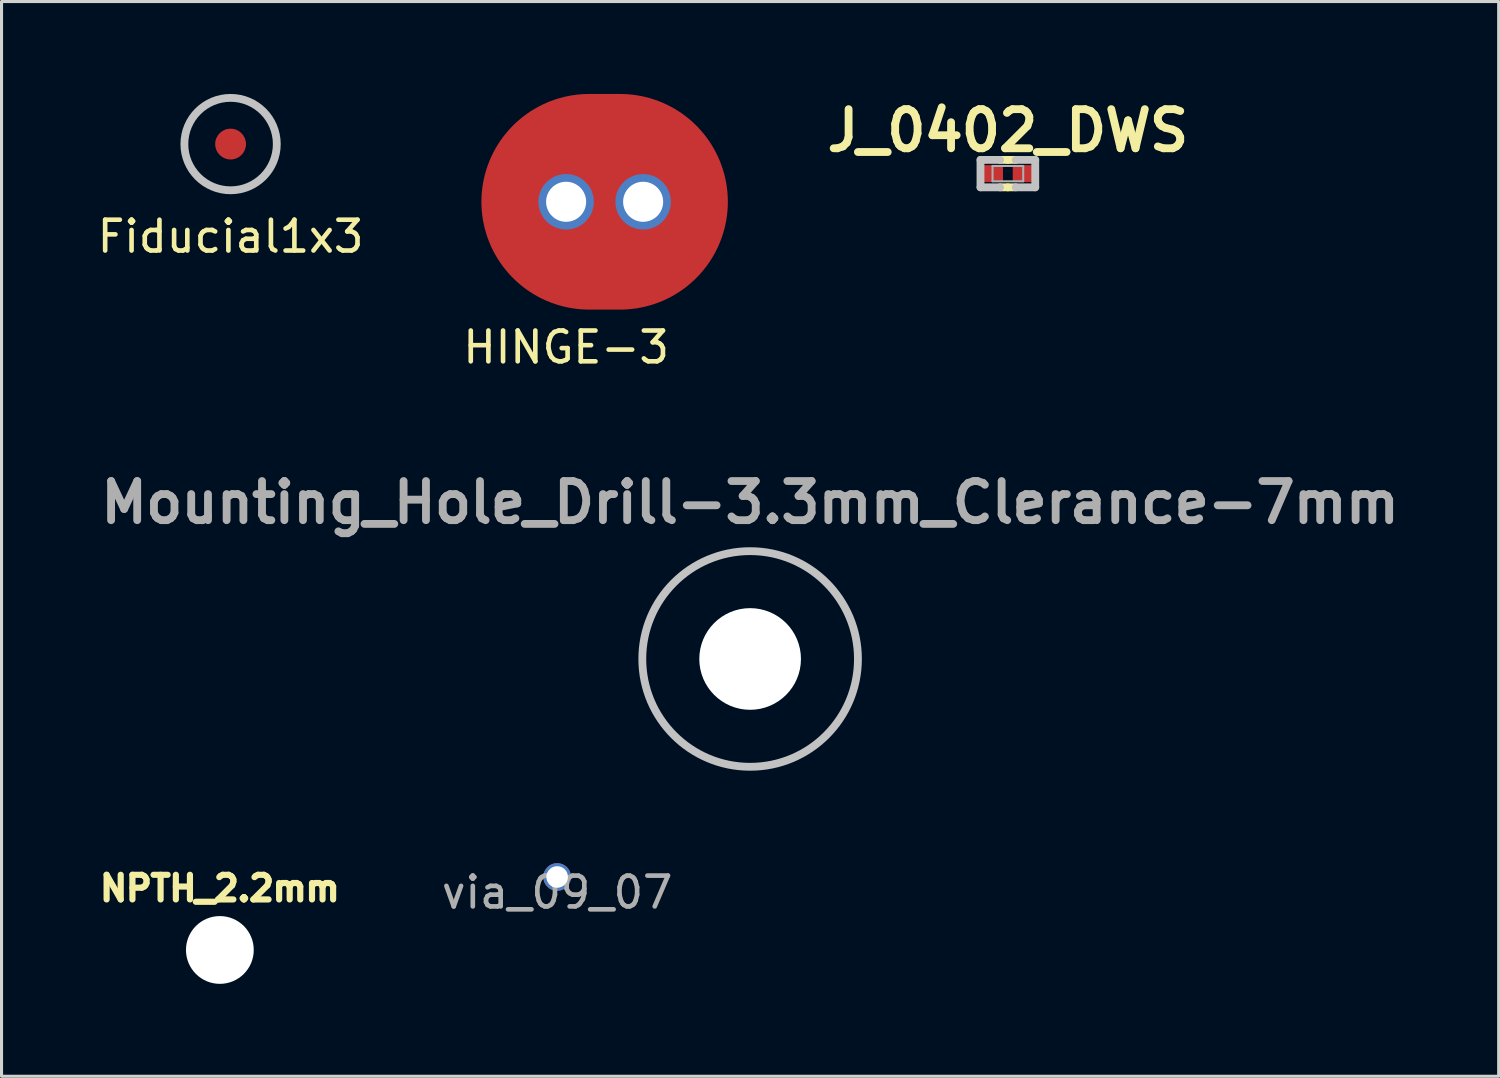
<source format=kicad_pcb>
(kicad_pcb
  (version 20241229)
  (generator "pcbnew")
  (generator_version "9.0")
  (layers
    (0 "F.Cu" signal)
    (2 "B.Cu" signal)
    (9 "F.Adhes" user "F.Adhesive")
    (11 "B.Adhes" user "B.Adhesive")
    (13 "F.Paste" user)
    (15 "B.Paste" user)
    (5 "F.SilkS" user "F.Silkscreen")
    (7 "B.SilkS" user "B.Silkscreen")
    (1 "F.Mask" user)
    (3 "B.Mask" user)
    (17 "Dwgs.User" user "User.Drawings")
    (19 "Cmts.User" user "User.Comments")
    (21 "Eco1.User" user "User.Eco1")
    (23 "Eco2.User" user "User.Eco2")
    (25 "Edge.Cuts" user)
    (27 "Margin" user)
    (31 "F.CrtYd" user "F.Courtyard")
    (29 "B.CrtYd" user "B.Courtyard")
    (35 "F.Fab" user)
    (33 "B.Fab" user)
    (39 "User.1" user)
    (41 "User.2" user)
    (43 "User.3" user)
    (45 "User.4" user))
  (footprint "Fiducial1x3"
    (layer "F.Cu")
    (at 4.435 1.627)
    (property "Reference" "Fiducial1x3" (at 0 3 0) (layer "F.SilkS") (effects (font (size 1 1) (thickness 0.15))))
    (attr smd)
    (fp_circle (center 0 0) (end 1.5 0) (stroke (width 0.254) (type solid)) (fill no) (layer "Dwgs.User"))
    (pad "Fid1" connect circle (at 0 0) (size 1 1) (layers "F.Cu" "F.Mask")))
  (footprint "via_09_07"
    (layer "F.Cu")
    (at 15.036 25.418)
    (property "Reference" "via_09_07" (at 0 0.5 0) (layer "F.Fab") (effects (font (size 1 1) (thickness 0.15))))
    (attr through_hole)
    (pad "0" thru_hole circle (at 0 0) (size 0.9 0.9) (drill 0.7) (layers "*.Cu")))
  (footprint "HINGE-3"
    (layer "F.Cu")
    (at 15.327 3.5)
    (property "Reference" "HINGE-3" (at 0 4.724 0) (layer "F.SilkS") (effects (font (size 1 1) (thickness 0.15))))
    (attr smd)
    (pad "1" thru_hole circle (at 0 0) (size 1.8 1.8) (drill 1.3) (layers "*.Cu" "*.Mask"))
    (pad "1" smd oval (at 1.25 0) (size 8 7) (layers "F.Cu" "F.Mask"))
    (pad "1" thru_hole circle (at 2.5 0) (size 1.8 1.8) (drill 1.3) (layers "*.Cu" "*.Mask")))
  (footprint "NPTH_2.2mm"
    (layer "F.Cu")
    (at 4.087 27.787)
    (property "Reference" "NPTH_2.2mm" (at 0 -2 0) (layer "F.SilkS") (effects (font (size 0.8 0.8) (thickness 0.2))))
    (attr through_hole)
    (pad "" np_thru_hole circle (at 0 0) (size 2.2 2.2) (drill 2.2) (layers "*.Cu" "*.Mask")))
  (footprint "Mounting_Hole_Drill-3.3mm_Clerance-7mm"
    (layer "F.Cu")
    (at 21.3 18.341)
    (property "Reference" "Mounting_Hole_Drill-3.3mm_Clerance-7mm" (at 0 -5.08 0) (layer "F.Fab") (effects (font (size 1.27 1.27) (thickness 0.254))))
    (attr through_hole)
    (fp_circle (center 0 0) (end 3.5 0) (stroke (width 0.254) (type solid)) (fill no) (layer "Dwgs.User"))
    (pad "" np_thru_hole circle (at 0 0) (size 3.3 3.3) (drill 3.3) (layers "*.Cu" "*.Mask")))
  (footprint "J_0402_DWS"
    (layer "F.Cu")
    (at 29.667 2.586)
    (property "Reference" "J_0402_DWS" (at 0 -1.397 0) (layer "F.SilkS") (effects (font (size 1.27 1.27) (thickness 0.254))))
    (attr smd)
    (fp_line (start 0 -0.445) (end -0.254 -0.445) (stroke (width 0.254) (type solid)) (layer "F.SilkS"))
    (fp_line (start 0 -0.445) (end 0.254 -0.445) (stroke (width 0.254) (type solid)) (layer "F.SilkS"))
    (fp_line (start 0 0.445) (end -0.254 0.445) (stroke (width 0.254) (type solid)) (layer "F.SilkS"))
    (fp_line (start 0 0.445) (end 0.254 0.445) (stroke (width 0.254) (type solid)) (layer "F.SilkS"))
    (fp_line (start -0.889 -0.445) (end -0.889 0.445) (stroke (width 0.254) (type solid)) (layer "Dwgs.User"))
    (fp_line (start -0.889 0.445) (end -0.254 0.445) (stroke (width 0.254) (type solid)) (layer "Dwgs.User"))
    (fp_line (start -0.254 -0.445) (end -0.889 -0.445) (stroke (width 0.254) (type solid)) (layer "Dwgs.User"))
    (fp_line (start 0.254 -0.445) (end 0.889 -0.445) (stroke (width 0.254) (type solid)) (layer "Dwgs.User"))
    (fp_line (start 0.889 -0.445) (end 0.889 0.445) (stroke (width 0.254) (type solid)) (layer "Dwgs.User"))
    (fp_line (start 0.889 0.445) (end 0.254 0.445) (stroke (width 0.254) (type solid)) (layer "Dwgs.User"))
    (fp_line (start -0.498 -0.249) (end 0.498 -0.249) (stroke (width 0.066) (type solid)) (layer "F.Fab"))
    (fp_line (start -0.498 0.249) (end -0.498 -0.249) (stroke (width 0.066) (type solid)) (layer "F.Fab"))
    (fp_line (start -0.498 0.249) (end 0.498 0.249) (stroke (width 0.066) (type solid)) (layer "F.Fab"))
    (fp_line (start 0.498 0.249) (end 0.498 -0.249) (stroke (width 0.066) (type solid)) (layer "F.Fab"))
    (pad "1" smd rect (at -0.508 0 180) (size 0.7 0.55) (layers "F.Cu" "F.Mask"))
    (pad "2" smd rect (at 0.508 0) (size 0.7 0.55) (layers "F.Cu" "F.Mask")))
  (gr_rect
    (start -3 -3)
    (end 45.599 31.887)
    (stroke (width 0.1) (type default))
    (fill no)
    (layer "Edge.Cuts")))
</source>
